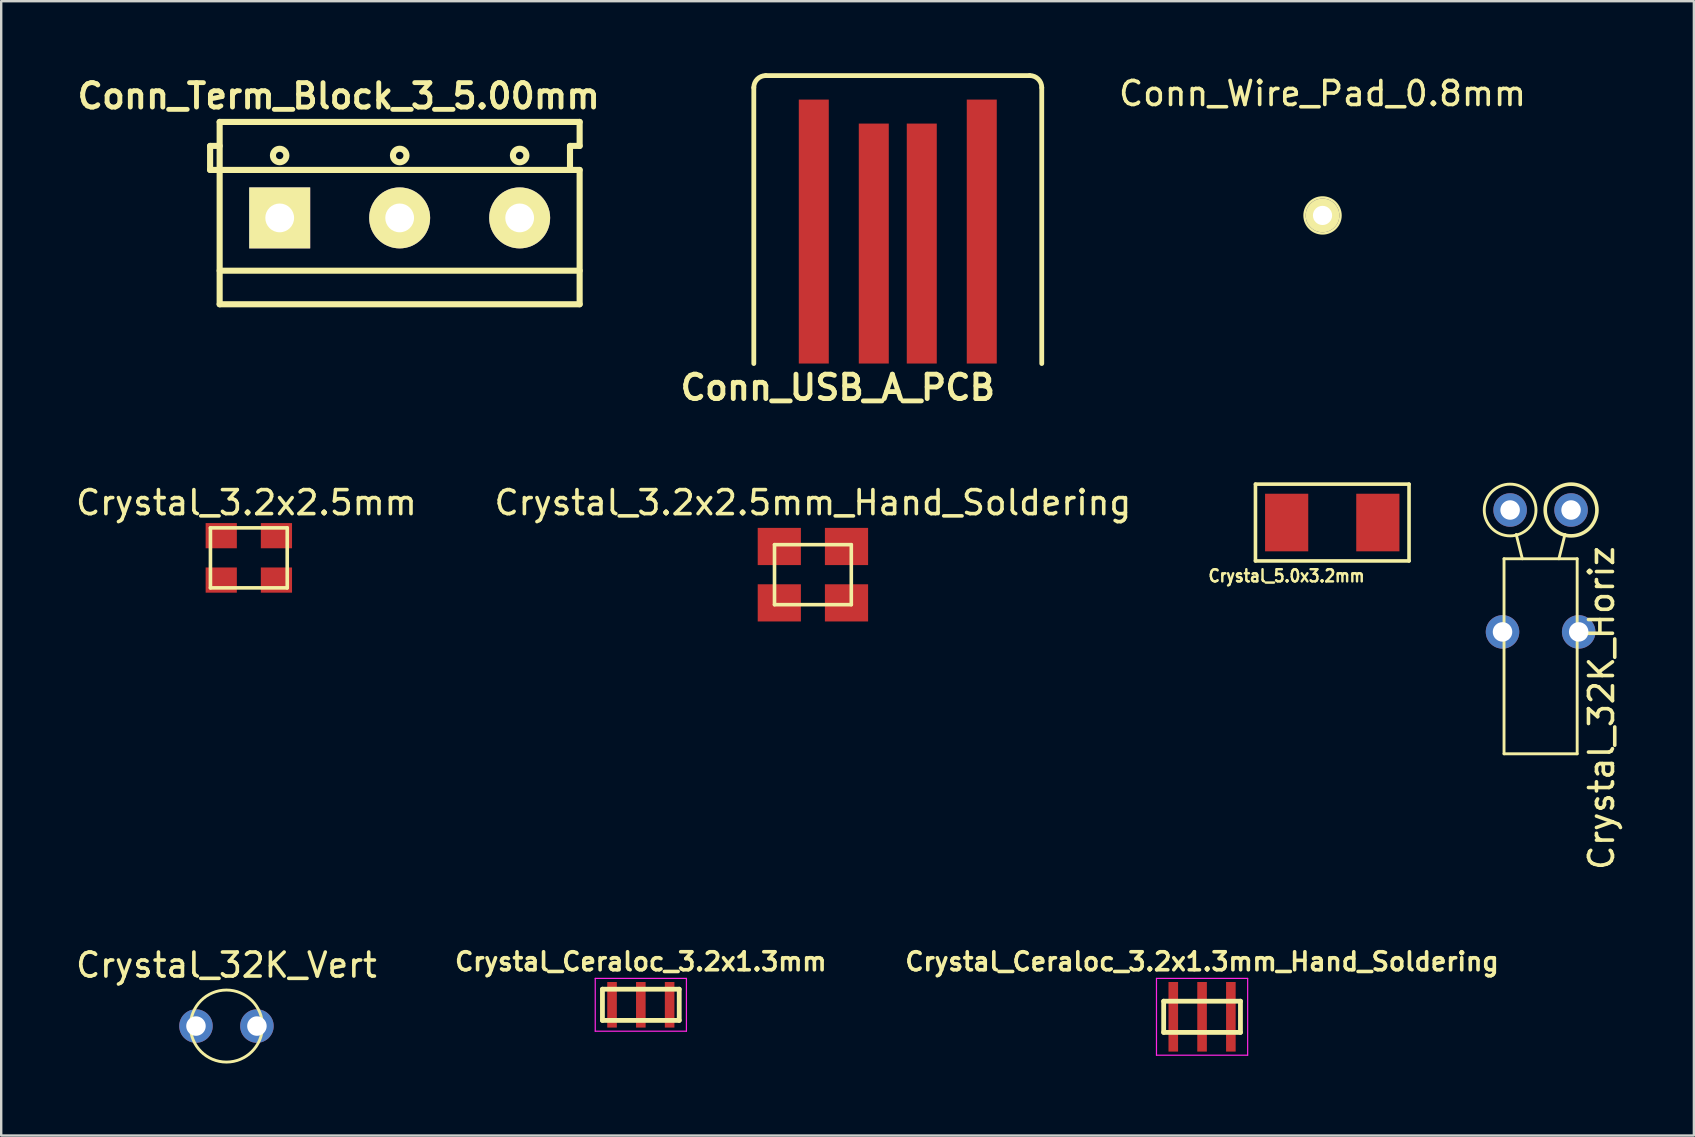
<source format=kicad_pcb>
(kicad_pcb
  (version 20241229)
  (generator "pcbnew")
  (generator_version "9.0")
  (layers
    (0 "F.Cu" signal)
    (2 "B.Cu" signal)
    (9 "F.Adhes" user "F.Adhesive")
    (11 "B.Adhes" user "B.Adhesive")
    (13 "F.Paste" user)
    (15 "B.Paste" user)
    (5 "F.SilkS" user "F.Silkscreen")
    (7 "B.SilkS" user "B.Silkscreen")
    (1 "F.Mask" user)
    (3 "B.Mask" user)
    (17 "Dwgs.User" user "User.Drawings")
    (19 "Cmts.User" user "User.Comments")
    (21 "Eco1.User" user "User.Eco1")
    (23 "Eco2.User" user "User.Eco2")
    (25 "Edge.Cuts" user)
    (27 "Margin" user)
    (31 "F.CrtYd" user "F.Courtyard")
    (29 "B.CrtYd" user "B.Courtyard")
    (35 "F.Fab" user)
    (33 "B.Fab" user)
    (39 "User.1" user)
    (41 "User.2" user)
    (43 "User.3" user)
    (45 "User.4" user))
  (footprint "Conn_USB_A_PCB"
    (layer "F.Cu")
    (at 34.364 12.1)
    (property "Reference" "Conn_USB_A_PCB" (at -2.5 1 0) (layer "F.SilkS") (effects (font (size 1.016 1.016) (thickness 0.203))))
    (attr through_hole)
    (fp_line (start -6 -11.5) (end -6 0) (stroke (width 0.2) (type solid)) (layer "F.SilkS"))
    (fp_line (start -5.5 -12) (end 5.5 -12) (stroke (width 0.2) (type solid)) (layer "F.SilkS"))
    (fp_line (start 6 -11.5) (end 6 0) (stroke (width 0.2) (type solid)) (layer "F.SilkS"))
    (fp_arc (start -6 -11.5) (mid -5.853553 -11.853553) (end -5.5 -12) (stroke (width 0.2) (type solid)) (layer "F.SilkS"))
    (fp_arc (start 5.5 -12) (mid 5.853553 -11.853553) (end 6 -11.5) (stroke (width 0.2) (type solid)) (layer "F.SilkS"))
    (pad "1" smd rect (at -3.5 -5.5) (size 1.25 11) (layers "F.Cu" "F.Mask" "F.Paste"))
    (pad "2" smd rect (at -1 -5) (size 1.25 10) (layers "F.Cu" "F.Mask" "F.Paste"))
    (pad "3" smd rect (at 1 -5) (size 1.25 10) (layers "F.Cu" "F.Mask" "F.Paste"))
    (pad "4" smd rect (at 3.5 -5.5) (size 1.25 11) (layers "F.Cu" "F.Mask" "F.Paste")))
  (footprint "Conn_Term_Block_3_5.00mm"
    (layer "F.Cu")
    (at 13.605 6.031)
    (property "Reference" "Conn_Term_Block_3_5.00mm" (at -2.54 -5.08 0) (layer "F.SilkS") (effects (font (size 1.016 1.016) (thickness 0.203))))
    (attr through_hole)
    (fp_line (start -7.899 -3) (end -7.899 -1.999) (stroke (width 0.254) (type solid)) (layer "F.SilkS"))
    (fp_line (start -7.899 -1.999) (end -7.501 -1.999) (stroke (width 0.254) (type solid)) (layer "F.SilkS"))
    (fp_line (start -7.501 -4) (end -7.501 3.599) (stroke (width 0.254) (type solid)) (layer "F.SilkS"))
    (fp_line (start -7.501 -4) (end 7.501 -4) (stroke (width 0.254) (type solid)) (layer "F.SilkS"))
    (fp_line (start -7.501 -3) (end -7.899 -3) (stroke (width 0.254) (type solid)) (layer "F.SilkS"))
    (fp_line (start -7.501 3.599) (end 7.501 3.599) (stroke (width 0.254) (type solid)) (layer "F.SilkS"))
    (fp_line (start 7.099 -3) (end 7.501 -3) (stroke (width 0.254) (type solid)) (layer "F.SilkS"))
    (fp_line (start 7.099 -1.999) (end -7.501 -1.999) (stroke (width 0.254) (type solid)) (layer "F.SilkS"))
    (fp_line (start 7.099 -1.999) (end 7.099 -3) (stroke (width 0.254) (type solid)) (layer "F.SilkS"))
    (fp_line (start 7.501 -4) (end 7.501 -3) (stroke (width 0.254) (type solid)) (layer "F.SilkS"))
    (fp_line (start 7.501 -1.999) (end 7.099 -1.999) (stroke (width 0.254) (type solid)) (layer "F.SilkS"))
    (fp_line (start 7.501 -1.999) (end 7.501 3.599) (stroke (width 0.254) (type solid)) (layer "F.SilkS"))
    (fp_line (start 7.501 2.2) (end -7.501 2.2) (stroke (width 0.254) (type solid)) (layer "F.SilkS"))
    (fp_circle (center -5.001 -2.601) (end -5.199 -2.799) (stroke (width 0.254) (type solid)) (fill no) (layer "F.SilkS"))
    (fp_circle (center 0.003 -2.601) (end -0.198 -2.799) (stroke (width 0.254) (type solid)) (fill no) (layer "F.SilkS"))
    (fp_circle (center 5.001 -2.601) (end 4.801 -2.799) (stroke (width 0.254) (type solid)) (fill no) (layer "F.SilkS"))
    (pad "1" thru_hole rect (at -4.999 0) (size 2.54 2.54) (drill 1.199) (layers "*.Cu" "*.Mask" "F.SilkS"))
    (pad "2" thru_hole circle (at 0 0) (size 2.54 2.54) (drill 1.199) (layers "*.Cu" "*.Mask" "F.SilkS"))
    (pad "3" thru_hole circle (at 5.001 0) (size 2.54 2.54) (drill 1.199) (layers "*.Cu" "*.Mask" "F.SilkS")))
  (footprint "Crystal_3.2x2.5mm_Hand_Soldering"
    (layer "F.Cu")
    (at 30.827 20.899)
    (property "Reference" "Crystal_3.2x2.5mm_Hand_Soldering" (at 0 -3 0) (layer "F.SilkS") (effects (font (size 1 1) (thickness 0.15))))
    (attr through_hole)
    (fp_line (start -1.6 -1.25) (end 1.6 -1.25) (stroke (width 0.15) (type solid)) (layer "F.SilkS"))
    (fp_line (start -1.6 1.25) (end -1.6 -1.25) (stroke (width 0.15) (type solid)) (layer "F.SilkS"))
    (fp_line (start 1.6 -1.25) (end 1.6 1.25) (stroke (width 0.15) (type solid)) (layer "F.SilkS"))
    (fp_line (start 1.6 1.25) (end -1.6 1.25) (stroke (width 0.15) (type solid)) (layer "F.SilkS"))
    (pad "1" smd rect (at -1.4 1.175) (size 1.8 1.55) (layers "F.Cu" "F.Mask" "F.Paste"))
    (pad "2" smd rect (at 1.4 1.175) (size 1.8 1.55) (layers "F.Cu" "F.Mask" "F.Paste"))
    (pad "3" smd rect (at 1.4 -1.175) (size 1.8 1.55) (layers "F.Cu" "F.Mask" "F.Paste"))
    (pad "4" smd rect (at -1.4 -1.175) (size 1.8 1.55) (layers "F.Cu" "F.Mask" "F.Paste")))
  (footprint "Crystal_Ceraloc_3.2x1.3mm_Hand_Soldering"
    (layer "F.Cu")
    (at 47.045 39.324)
    (property "Reference" "Crystal_Ceraloc_3.2x1.3mm_Hand_Soldering" (at 0 -2.3 0) (layer "F.SilkS") (effects (font (size 0.75 0.75) (thickness 0.15))))
    (attr smd)
    (fp_line (start -1.6 -0.65) (end 1.6 -0.65) (stroke (width 0.2) (type solid)) (layer "F.SilkS"))
    (fp_line (start -1.6 0.65) (end -1.6 -0.65) (stroke (width 0.2) (type solid)) (layer "F.SilkS"))
    (fp_line (start 1.6 -0.65) (end 1.6 0.65) (stroke (width 0.2) (type solid)) (layer "F.SilkS"))
    (fp_line (start 1.6 0.65) (end -1.6 0.65) (stroke (width 0.2) (type solid)) (layer "F.SilkS"))
    (fp_line (start -1.9 -1.6) (end 1.9 -1.6) (stroke (width 0.05) (type solid)) (layer "F.CrtYd"))
    (fp_line (start -1.9 1.6) (end -1.9 -1.6) (stroke (width 0.05) (type solid)) (layer "F.CrtYd"))
    (fp_line (start 1.9 -1.6) (end 1.9 1.6) (stroke (width 0.05) (type solid)) (layer "F.CrtYd"))
    (fp_line (start 1.9 1.6) (end -1.9 1.6) (stroke (width 0.05) (type solid)) (layer "F.CrtYd"))
    (pad "1" smd rect (at -1.2 0) (size 0.4 2.9) (layers "F.Cu" "F.Mask" "F.Paste"))
    (pad "2" smd rect (at 0 0) (size 0.4 2.9) (layers "F.Cu" "F.Mask" "F.Paste"))
    (pad "3" smd rect (at 1.2 0) (size 0.4 2.9) (layers "F.Cu" "F.Mask" "F.Paste")))
  (footprint "Crystal_5.0x3.2mm"
    (layer "F.Cu")
    (at 52.47 18.726)
    (property "Reference" "Crystal_5.0x3.2mm" (at -1.905 2.223 0) (layer "F.SilkS") (effects (font (size 0.508 0.457) (thickness 0.102))))
    (attr through_hole)
    (fp_line (start -3.2 -1.6) (end -3.2 1.6) (stroke (width 0.15) (type solid)) (layer "F.SilkS"))
    (fp_line (start -3.2 -1.6) (end 3.2 -1.6) (stroke (width 0.15) (type solid)) (layer "F.SilkS"))
    (fp_line (start 3.2 -1.6) (end 3.2 1.6) (stroke (width 0.15) (type solid)) (layer "F.SilkS"))
    (fp_line (start 3.2 1.6) (end -3.2 1.6) (stroke (width 0.15) (type solid)) (layer "F.SilkS"))
    (pad "1" smd rect (at -1.9 0) (size 1.8 2.4) (layers "F.Cu" "F.Mask" "F.Paste"))
    (pad "2" smd rect (at 1.9 0) (size 1.8 2.4) (layers "F.Cu" "F.Mask" "F.Paste")))
  (footprint "Crystal_32K_Vert"
    (layer "F.Cu")
    (at 6.387 39.71)
    (property "Reference" "Crystal_32K_Vert" (at 0 -2.54 0) (layer "F.SilkS") (effects (font (size 1 1) (thickness 0.15))))
    (attr through_hole)
    (fp_circle (center 0 0) (end 1.501 0) (stroke (width 0.12) (type solid)) (fill no) (layer "F.SilkS"))
    (pad "1" thru_hole circle (at -1.27 0) (size 1.397 1.397) (drill 0.813) (layers "*.Cu" "*.Mask"))
    (pad "2" thru_hole circle (at 1.27 0) (size 1.397 1.397) (drill 0.813) (layers "*.Cu" "*.Mask")))
  (footprint "Crystal_3.2x2.5mm"
    (layer "F.Cu")
    (at 7.32 20.199)
    (property "Reference" "Crystal_3.2x2.5mm" (at -0.1 -2.3 0) (layer "F.SilkS") (effects (font (size 1 1) (thickness 0.15))))
    (attr through_hole)
    (fp_line (start -1.6 -1.25) (end 1.6 -1.25) (stroke (width 0.15) (type solid)) (layer "F.SilkS"))
    (fp_line (start -1.6 1.25) (end -1.6 -1.25) (stroke (width 0.15) (type solid)) (layer "F.SilkS"))
    (fp_line (start 1.6 -1.25) (end 1.6 1.25) (stroke (width 0.15) (type solid)) (layer "F.SilkS"))
    (fp_line (start 1.6 1.25) (end -1.6 1.25) (stroke (width 0.15) (type solid)) (layer "F.SilkS"))
    (pad "1" smd rect (at -1.15 0.925) (size 1.3 1.05) (layers "F.Cu" "F.Mask" "F.Paste"))
    (pad "2" smd rect (at 1.15 0.925) (size 1.3 1.05) (layers "F.Cu" "F.Mask" "F.Paste"))
    (pad "3" smd rect (at 1.15 -0.925) (size 1.3 1.05) (layers "F.Cu" "F.Mask" "F.Paste"))
    (pad "4" smd rect (at -1.15 -0.925) (size 1.3 1.05) (layers "F.Cu" "F.Mask" "F.Paste")))
  (footprint "Crystal_32K_Horiz"
    (layer "F.Cu")
    (at 61.153 18.204)
    (property "Reference" "Crystal_32K_Horiz" (at 2.54 8.255 90) (layer "F.SilkS") (effects (font (size 1 1) (thickness 0.15))))
    (attr through_hole)
    (fp_line (start -1.524 2.032) (end -1.524 10.16) (stroke (width 0.12) (type solid)) (layer "F.SilkS"))
    (fp_line (start -1.524 10.16) (end 1.524 10.16) (stroke (width 0.12) (type solid)) (layer "F.SilkS"))
    (fp_line (start -0.762 2.032) (end -1.016 1.016) (stroke (width 0.12) (type solid)) (layer "F.SilkS"))
    (fp_line (start 0.762 2.032) (end 1.016 1.016) (stroke (width 0.12) (type solid)) (layer "F.SilkS"))
    (fp_line (start 1.524 2.032) (end -1.524 2.032) (stroke (width 0.12) (type solid)) (layer "F.SilkS"))
    (fp_line (start 1.524 10.16) (end 1.524 2.032) (stroke (width 0.12) (type solid)) (layer "F.SilkS"))
    (fp_circle (center -1.27 0) (end -0.192 0) (stroke (width 0.12) (type solid)) (fill no) (layer "F.SilkS"))
    (fp_circle (center 1.27 0) (end 2.348 0) (stroke (width 0.15) (type solid)) (fill no) (layer "F.SilkS"))
    (pad "1" thru_hole circle (at -1.27 0) (size 1.397 1.397) (drill 0.813) (layers "*.Cu" "*.Mask"))
    (pad "2" thru_hole circle (at 1.27 0) (size 1.397 1.397) (drill 0.813) (layers "*.Cu" "*.Mask"))
    (pad "3" thru_hole circle (at -1.587 5.08) (size 1.397 1.397) (drill 0.813) (layers "*.Cu" "*.Mask"))
    (pad "3" thru_hole circle (at 1.587 5.08) (size 1.397 1.397) (drill 0.813) (layers "*.Cu" "*.Mask")))
  (footprint "Crystal_Ceraloc_3.2x1.3mm"
    (layer "F.Cu")
    (at 23.656 38.824)
    (property "Reference" "Crystal_Ceraloc_3.2x1.3mm" (at 0 -1.8 0) (layer "F.SilkS") (effects (font (size 0.75 0.75) (thickness 0.15))))
    (attr smd)
    (fp_line (start -1.6 -0.65) (end 1.6 -0.65) (stroke (width 0.2) (type solid)) (layer "F.SilkS"))
    (fp_line (start -1.6 0.65) (end -1.6 -0.65) (stroke (width 0.2) (type solid)) (layer "F.SilkS"))
    (fp_line (start 1.6 -0.65) (end 1.6 0.65) (stroke (width 0.2) (type solid)) (layer "F.SilkS"))
    (fp_line (start 1.6 0.65) (end -1.6 0.65) (stroke (width 0.2) (type solid)) (layer "F.SilkS"))
    (fp_line (start -1.9 -1.1) (end 1.9 -1.1) (stroke (width 0.05) (type solid)) (layer "F.CrtYd"))
    (fp_line (start -1.9 1.1) (end -1.9 -1.1) (stroke (width 0.05) (type solid)) (layer "F.CrtYd"))
    (fp_line (start 1.9 -1.1) (end 1.9 1.1) (stroke (width 0.05) (type solid)) (layer "F.CrtYd"))
    (fp_line (start 1.9 1.1) (end -1.9 1.1) (stroke (width 0.05) (type solid)) (layer "F.CrtYd"))
    (pad "1" smd rect (at -1.2 0) (size 0.4 1.9) (layers "F.Cu" "F.Mask" "F.Paste"))
    (pad "2" smd rect (at 0 0) (size 0.4 1.9) (layers "F.Cu" "F.Mask" "F.Paste"))
    (pad "3" smd rect (at 1.2 0) (size 0.4 1.9) (layers "F.Cu" "F.Mask" "F.Paste")))
  (footprint "Conn_Wire_Pad_0.8mm"
    (layer "F.Cu")
    (at 52.065 5.928)
    (property "Reference" "Conn_Wire_Pad_0.8mm" (at 0 -5.08 0) (layer "F.SilkS") (effects (font (size 1 1) (thickness 0.15))))
    (attr through_hole)
    (fp_circle (center 0 0) (end -0.75 0) (stroke (width 0.1) (type solid)) (fill no) (layer "F.SilkS"))
    (pad "1" thru_hole circle (at 0 0) (size 1.4 1.4) (drill 0.8) (layers "*.Cu" "*.Mask" "F.SilkS")))
  (gr_rect
    (start -3 -3)
    (end 67.541 44.271)
    (stroke (width 0.1) (type default))
    (fill no)
    (layer "Edge.Cuts")))
</source>
